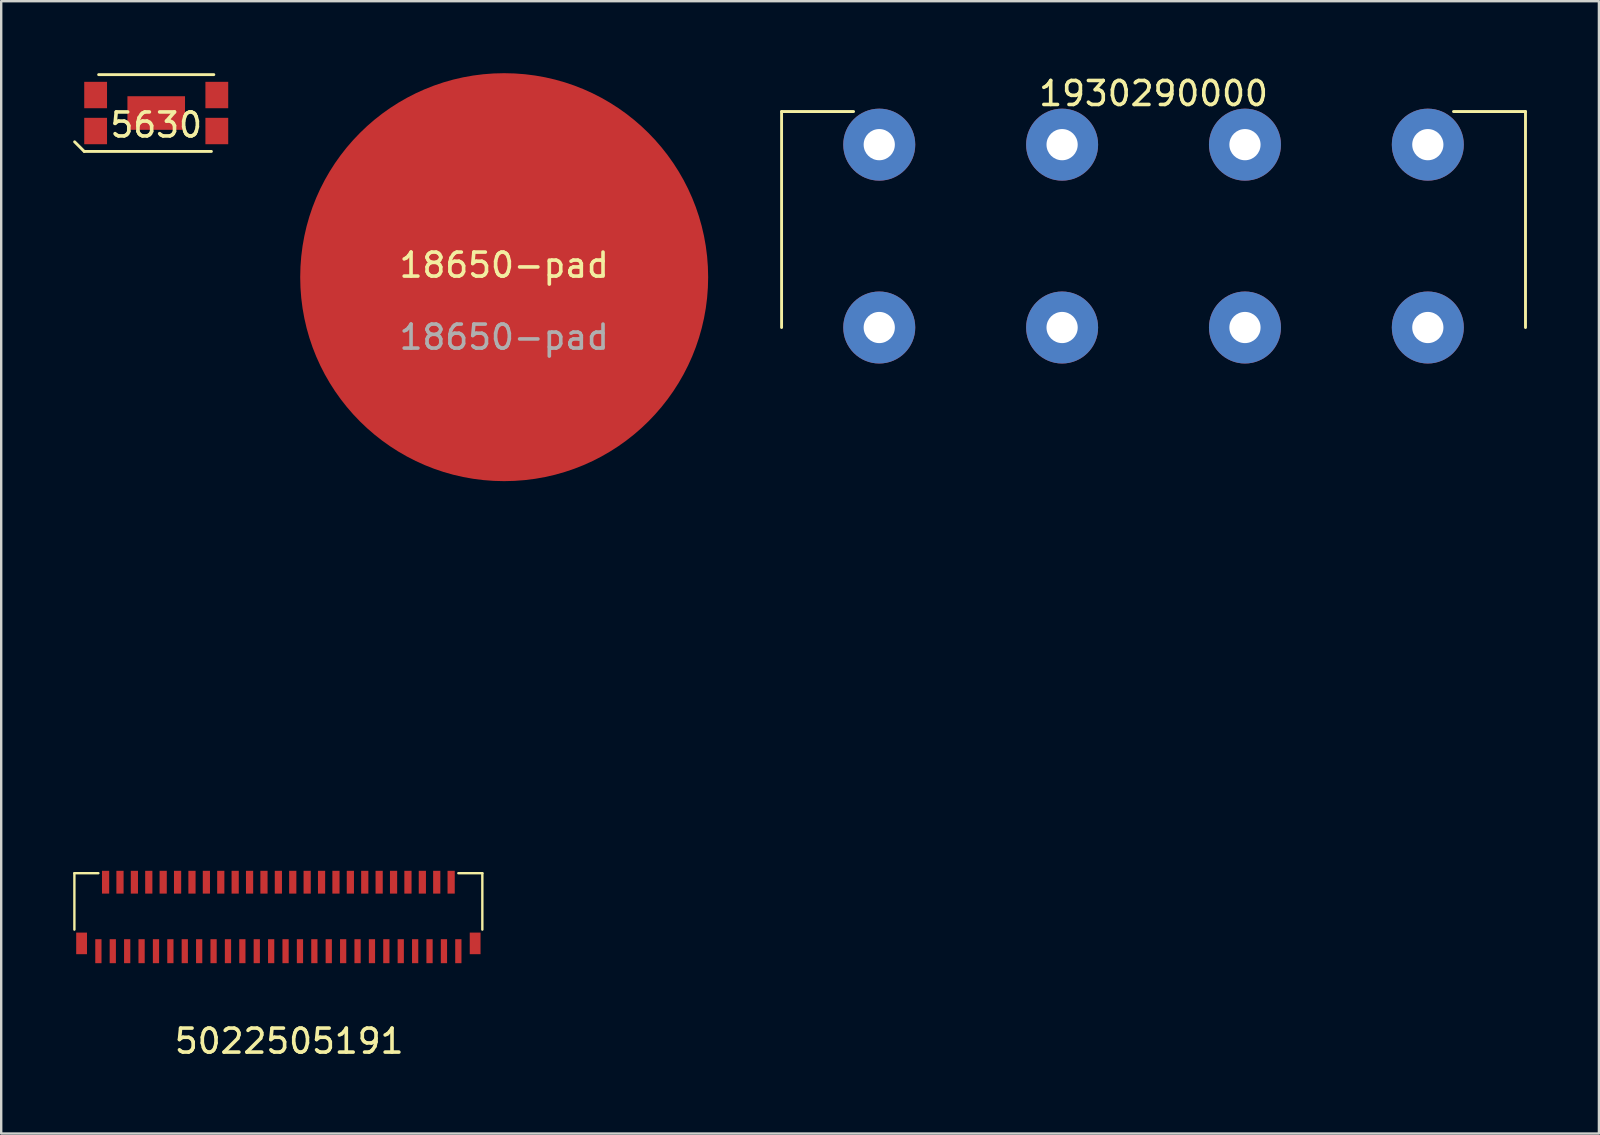
<source format=kicad_pcb>
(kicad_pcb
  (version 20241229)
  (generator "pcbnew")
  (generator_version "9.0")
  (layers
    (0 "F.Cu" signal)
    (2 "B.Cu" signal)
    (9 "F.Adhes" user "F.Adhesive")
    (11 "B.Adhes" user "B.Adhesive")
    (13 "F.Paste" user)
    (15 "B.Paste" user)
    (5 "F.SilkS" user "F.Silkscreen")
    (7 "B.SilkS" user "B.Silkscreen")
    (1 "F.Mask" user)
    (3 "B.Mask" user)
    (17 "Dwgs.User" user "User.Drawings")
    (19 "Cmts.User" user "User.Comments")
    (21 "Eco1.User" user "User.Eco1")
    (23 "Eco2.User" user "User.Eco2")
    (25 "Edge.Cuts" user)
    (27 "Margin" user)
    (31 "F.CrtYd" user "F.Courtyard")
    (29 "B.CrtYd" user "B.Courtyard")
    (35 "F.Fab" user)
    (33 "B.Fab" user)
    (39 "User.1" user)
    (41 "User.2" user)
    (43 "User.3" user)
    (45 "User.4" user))
  (footprint "5022505191"
    (layer "F.Cu")
    (at 8.85 34.988)
    (property "Reference" "5022505191" (at 0.15 5.35 0) (layer "F.SilkS") (effects (font (size 1 1) (thickness 0.15))))
    (attr through_hole)
    (fp_line (start -8.8 -1.65) (end -7.8 -1.65) (stroke (width 0.1) (type solid)) (layer "F.SilkS"))
    (fp_line (start -8.8 0.7) (end -8.8 -1.65) (stroke (width 0.1) (type solid)) (layer "F.SilkS"))
    (fp_line (start 8.2 -1.65) (end 7.2 -1.65) (stroke (width 0.1) (type solid)) (layer "F.SilkS"))
    (fp_line (start 8.2 0.7) (end 8.2 -1.65) (stroke (width 0.1) (type solid)) (layer "F.SilkS"))
    (pad "1" smd rect (at 7.2 1.6) (size 0.26 1) (layers "F.Cu" "F.Mask" "F.Paste"))
    (pad "2" smd rect (at 6.9 -1.275) (size 0.3 0.95) (layers "F.Cu" "F.Mask" "F.Paste"))
    (pad "3" smd rect (at 6.6 1.6) (size 0.26 1) (layers "F.Cu" "F.Mask" "F.Paste"))
    (pad "4" smd rect (at 6.3 -1.275) (size 0.3 0.95) (layers "F.Cu" "F.Mask" "F.Paste"))
    (pad "5" smd rect (at 6 1.6) (size 0.26 1) (layers "F.Cu" "F.Mask" "F.Paste"))
    (pad "6" smd rect (at 5.7 -1.275) (size 0.3 0.95) (layers "F.Cu" "F.Mask" "F.Paste"))
    (pad "7" smd rect (at 5.4 1.6) (size 0.26 1) (layers "F.Cu" "F.Mask" "F.Paste"))
    (pad "8" smd rect (at 5.1 -1.275) (size 0.3 0.95) (layers "F.Cu" "F.Mask" "F.Paste"))
    (pad "9" smd rect (at 4.8 1.6) (size 0.26 1) (layers "F.Cu" "F.Mask" "F.Paste"))
    (pad "10" smd rect (at 4.5 -1.275) (size 0.3 0.95) (layers "F.Cu" "F.Mask" "F.Paste"))
    (pad "11" smd rect (at 4.2 1.6) (size 0.26 1) (layers "F.Cu" "F.Mask" "F.Paste"))
    (pad "12" smd rect (at 3.9 -1.275) (size 0.3 0.95) (layers "F.Cu" "F.Mask" "F.Paste"))
    (pad "13" smd rect (at 3.6 1.6) (size 0.26 1) (layers "F.Cu" "F.Mask" "F.Paste"))
    (pad "14" smd rect (at 3.3 -1.275) (size 0.3 0.95) (layers "F.Cu" "F.Mask" "F.Paste"))
    (pad "15" smd rect (at 3 1.6) (size 0.26 1) (layers "F.Cu" "F.Mask" "F.Paste"))
    (pad "16" smd rect (at 2.7 -1.275) (size 0.3 0.95) (layers "F.Cu" "F.Mask" "F.Paste"))
    (pad "17" smd rect (at 2.4 1.6) (size 0.26 1) (layers "F.Cu" "F.Mask" "F.Paste"))
    (pad "18" smd rect (at 2.1 -1.275) (size 0.3 0.95) (layers "F.Cu" "F.Mask" "F.Paste"))
    (pad "19" smd rect (at 1.8 1.6) (size 0.26 1) (layers "F.Cu" "F.Mask" "F.Paste"))
    (pad "20" smd rect (at 1.5 -1.275) (size 0.3 0.95) (layers "F.Cu" "F.Mask" "F.Paste"))
    (pad "21" smd rect (at 1.2 1.6) (size 0.26 1) (layers "F.Cu" "F.Mask" "F.Paste"))
    (pad "22" smd rect (at 0.9 -1.275) (size 0.3 0.95) (layers "F.Cu" "F.Mask" "F.Paste"))
    (pad "23" smd rect (at 0.6 1.6) (size 0.26 1) (layers "F.Cu" "F.Mask" "F.Paste"))
    (pad "24" smd rect (at 0.3 -1.275) (size 0.3 0.95) (layers "F.Cu" "F.Mask" "F.Paste"))
    (pad "25" smd rect (at 0 1.6) (size 0.26 1) (layers "F.Cu" "F.Mask" "F.Paste"))
    (pad "26" smd rect (at -0.3 -1.275) (size 0.3 0.95) (layers "F.Cu" "F.Mask" "F.Paste"))
    (pad "27" smd rect (at -0.6 1.6) (size 0.26 1) (layers "F.Cu" "F.Mask" "F.Paste"))
    (pad "28" smd rect (at -0.9 -1.275) (size 0.3 0.95) (layers "F.Cu" "F.Mask" "F.Paste"))
    (pad "29" smd rect (at -1.2 1.6) (size 0.26 1) (layers "F.Cu" "F.Mask" "F.Paste"))
    (pad "30" smd rect (at -1.5 -1.275) (size 0.3 0.95) (layers "F.Cu" "F.Mask" "F.Paste"))
    (pad "31" smd rect (at -1.8 1.6) (size 0.26 1) (layers "F.Cu" "F.Mask" "F.Paste"))
    (pad "32" smd rect (at -2.1 -1.275) (size 0.3 0.95) (layers "F.Cu" "F.Mask" "F.Paste"))
    (pad "33" smd rect (at -2.4 1.6) (size 0.26 1) (layers "F.Cu" "F.Mask" "F.Paste"))
    (pad "34" smd rect (at -2.7 -1.275) (size 0.3 0.95) (layers "F.Cu" "F.Mask" "F.Paste"))
    (pad "35" smd rect (at -3 1.6) (size 0.26 1) (layers "F.Cu" "F.Mask" "F.Paste"))
    (pad "36" smd rect (at -3.3 -1.275) (size 0.3 0.95) (layers "F.Cu" "F.Mask" "F.Paste"))
    (pad "37" smd rect (at -3.6 1.6) (size 0.26 1) (layers "F.Cu" "F.Mask" "F.Paste"))
    (pad "38" smd rect (at -3.9 -1.275) (size 0.3 0.95) (layers "F.Cu" "F.Mask" "F.Paste"))
    (pad "39" smd rect (at -4.2 1.6) (size 0.26 1) (layers "F.Cu" "F.Mask" "F.Paste"))
    (pad "40" smd rect (at -4.5 -1.275) (size 0.3 0.95) (layers "F.Cu" "F.Mask" "F.Paste"))
    (pad "41" smd rect (at -4.8 1.6) (size 0.26 1) (layers "F.Cu" "F.Mask" "F.Paste"))
    (pad "42" smd rect (at -5.1 -1.275) (size 0.3 0.95) (layers "F.Cu" "F.Mask" "F.Paste"))
    (pad "43" smd rect (at -5.4 1.6) (size 0.26 1) (layers "F.Cu" "F.Mask" "F.Paste"))
    (pad "44" smd rect (at -5.7 -1.275) (size 0.3 0.95) (layers "F.Cu" "F.Mask" "F.Paste"))
    (pad "45" smd rect (at -6 1.6) (size 0.26 1) (layers "F.Cu" "F.Mask" "F.Paste"))
    (pad "46" smd rect (at -6.3 -1.275) (size 0.3 0.95) (layers "F.Cu" "F.Mask" "F.Paste"))
    (pad "47" smd rect (at -6.6 1.6) (size 0.26 1) (layers "F.Cu" "F.Mask" "F.Paste"))
    (pad "48" smd rect (at -6.9 -1.275) (size 0.3 0.95) (layers "F.Cu" "F.Mask" "F.Paste"))
    (pad "49" smd rect (at -7.2 1.6) (size 0.26 1) (layers "F.Cu" "F.Mask" "F.Paste"))
    (pad "50" smd rect (at -7.5 -1.275) (size 0.3 0.95) (layers "F.Cu" "F.Mask" "F.Paste"))
    (pad "51" smd rect (at -7.8 1.6) (size 0.26 1) (layers "F.Cu" "F.Mask" "F.Paste"))
    (pad "52" smd rect (at 7.9 1.275) (size 0.45 0.9) (layers "F.Cu" "F.Mask" "F.Paste"))
    (pad "53" smd rect (at -8.5 1.275) (size 0.45 0.9) (layers "F.Cu" "F.Mask" "F.Paste")))
  (footprint "1930290000"
    (layer "F.Cu")
    (at 45.02 10.598)
    (property "Reference" "1930290000" (at 0 -9.75 0) (unlocked yes) (layer "F.SilkS") (effects (font (size 1 1) (thickness 0.15))))
    (attr through_hole)
    (fp_line (start -15.5 -9) (end -15.5 0) (stroke (width 0.12) (type solid)) (layer "F.SilkS"))
    (fp_line (start -15.5 -9) (end -12.5 -9) (stroke (width 0.12) (type solid)) (layer "F.SilkS"))
    (fp_line (start 12.5 -9) (end 15.5 -9) (stroke (width 0.12) (type solid)) (layer "F.SilkS"))
    (fp_line (start 15.5 -9) (end 15.5 0) (stroke (width 0.12) (type solid)) (layer "F.SilkS"))
    (fp_line (start -15.24 -8.72) (end -15.24 19.58) (stroke (width 0.12) (type solid)) (layer "Eco1.User"))
    (fp_line (start -15.24 -8.72) (end 15.24 -8.72) (stroke (width 0.12) (type solid)) (layer "Eco1.User"))
    (fp_line (start -15.24 19.58) (end 15.24 19.58) (stroke (width 0.12) (type solid)) (layer "Eco1.User"))
    (fp_line (start 15.24 -8.72) (end 15.24 19.58) (stroke (width 0.12) (type solid)) (layer "Eco1.User"))
    (pad "1" thru_hole circle (at 11.43 -7.62) (size 3 3) (drill 1.3) (layers "*.Cu" "*.Mask"))
    (pad "1" thru_hole circle (at 11.43 0) (size 3 3) (drill 1.3) (layers "*.Cu" "*.Mask"))
    (pad "2" thru_hole circle (at 3.81 -7.62) (size 3 3) (drill 1.3) (layers "*.Cu" "*.Mask"))
    (pad "2" thru_hole circle (at 3.81 0) (size 3 3) (drill 1.3) (layers "*.Cu" "*.Mask"))
    (pad "3" thru_hole circle (at -3.81 -7.62) (size 3 3) (drill 1.3) (layers "*.Cu" "*.Mask"))
    (pad "3" thru_hole circle (at -3.81 0) (size 3 3) (drill 1.3) (layers "*.Cu" "*.Mask"))
    (pad "4" thru_hole circle (at -11.43 -7.62) (size 3 3) (drill 1.3) (layers "*.Cu" "*.Mask"))
    (pad "4" thru_hole circle (at -11.43 0) (size 3 3) (drill 1.3) (layers "*.Cu" "*.Mask")))
  (footprint "5630"
    (layer "F.Cu")
    (at 3.46 1.66)
    (property "Reference" "5630" (at 0 0.5 0) (layer "F.SilkS") (effects (font (size 1 1) (thickness 0.15))))
    (attr through_hole)
    (fp_line (start -3 1.6) (end -3.4 1.2) (stroke (width 0.12) (type solid)) (layer "F.SilkS"))
    (fp_line (start -2.4 -1.6) (end 2.4 -1.6) (stroke (width 0.12) (type solid)) (layer "F.SilkS"))
    (fp_line (start 2.3 1.6) (end -3 1.6) (stroke (width 0.12) (type solid)) (layer "F.SilkS"))
    (pad "" smd rect (at -2.525 -0.75 180) (size 0.95 1.1) (layers "F.Cu" "F.Mask" "F.Paste"))
    (pad "" smd rect (at 0 0) (size 2.4 1.4) (layers "F.Cu" "F.Mask" "F.Paste"))
    (pad "" smd rect (at 2.525 0.75) (size 0.95 1.1) (layers "F.Cu" "F.Mask" "F.Paste"))
    (pad "1" smd rect (at -2.525 0.75 180) (size 0.95 1.1) (layers "F.Cu" "F.Mask" "F.Paste"))
    (pad "2" smd rect (at 2.525 -0.75) (size 0.95 1.1) (layers "F.Cu" "F.Mask" "F.Paste")))
  (footprint "18650-pad"
    (layer "F.Cu")
    (at 17.96 8.5)
    (property "Reference" "18650-pad" (at 0 -0.5 0) (unlocked yes) (layer "F.SilkS") (effects (font (size 1 1) (thickness 0.15))))
    (attr smd)
    (fp_text user "${REFERENCE}" (at 0 2.5 0) (unlocked yes) (layer "F.Fab") (effects (font (size 1 1) (thickness 0.15))))
    (pad "1" smd circle (at 0 0) (size 17 17) (layers "F.Cu" "F.Mask")))
  (gr_rect
    (start -3 -3)
    (end 63.58 44.187)
    (stroke (width 0.1) (type default))
    (fill no)
    (layer "Edge.Cuts")))
</source>
